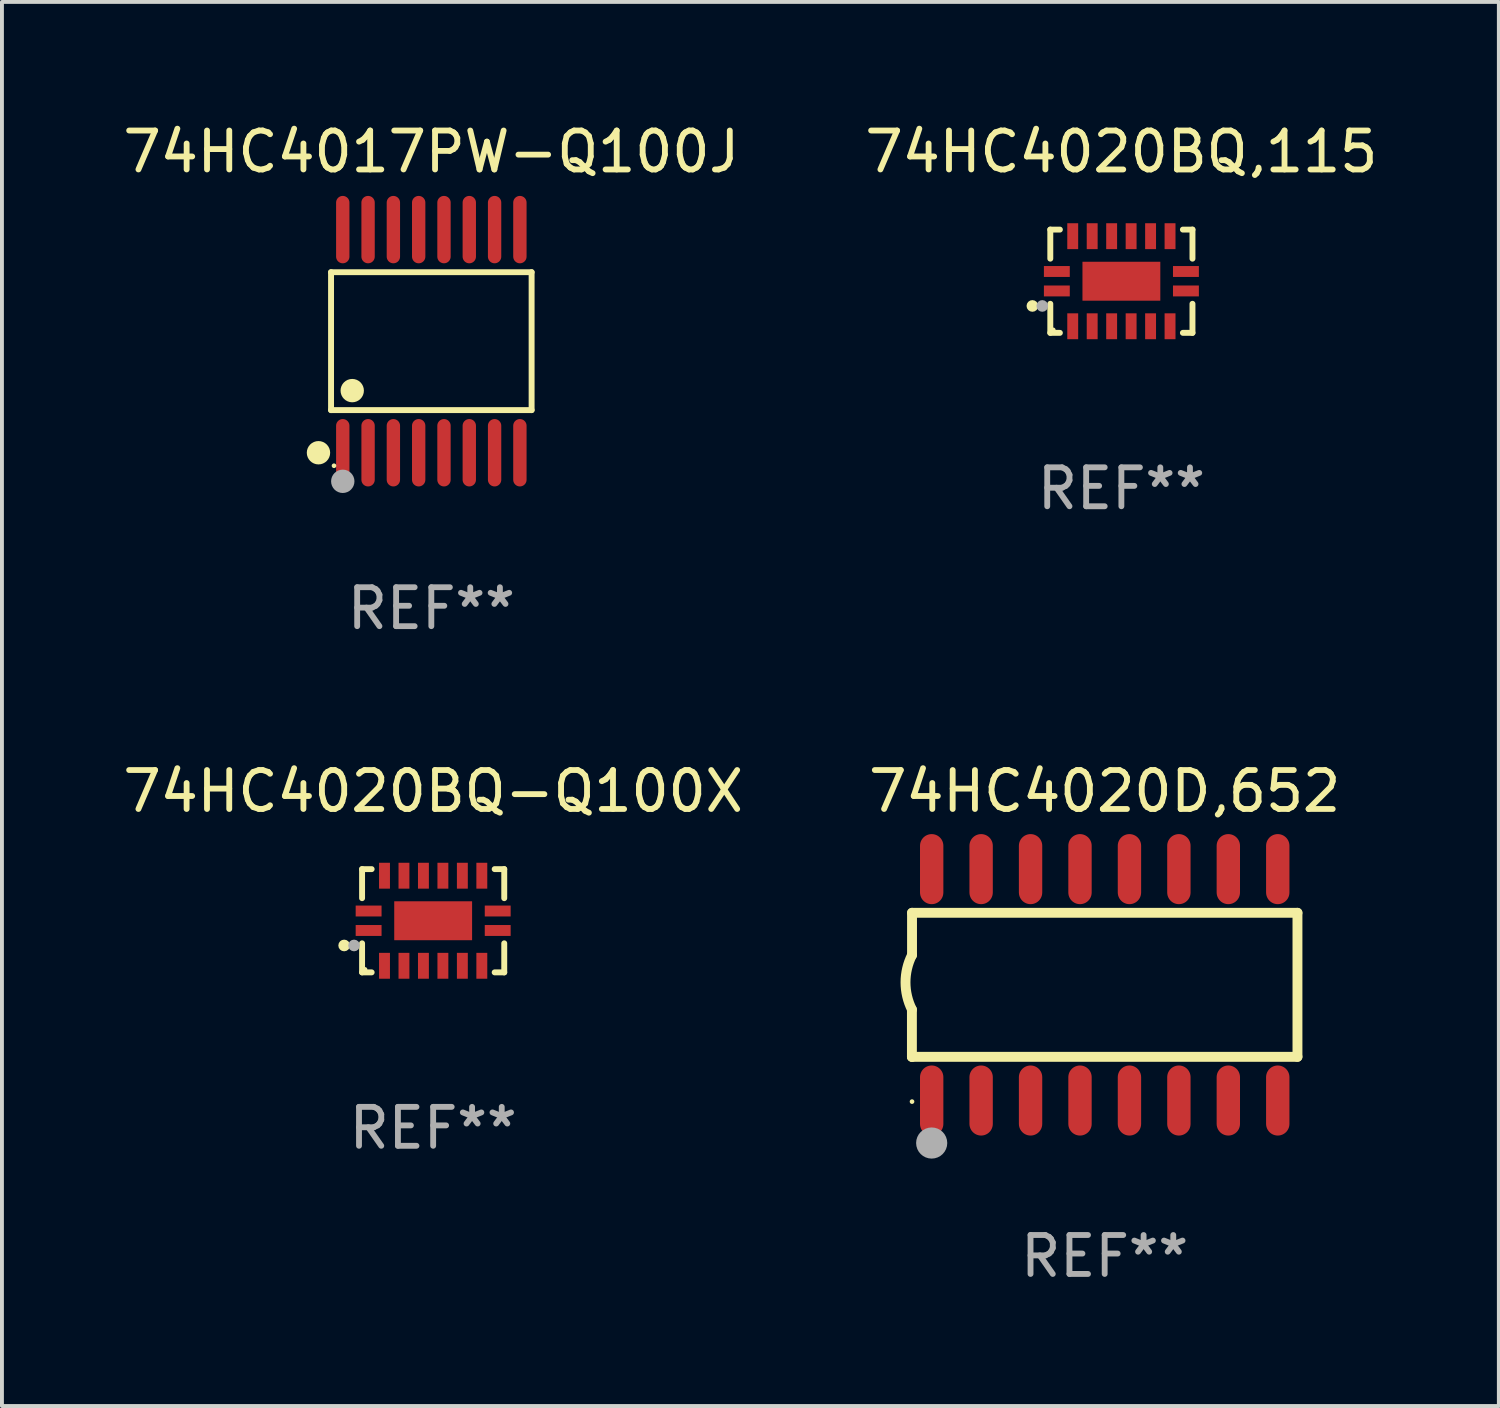
<source format=kicad_pcb>
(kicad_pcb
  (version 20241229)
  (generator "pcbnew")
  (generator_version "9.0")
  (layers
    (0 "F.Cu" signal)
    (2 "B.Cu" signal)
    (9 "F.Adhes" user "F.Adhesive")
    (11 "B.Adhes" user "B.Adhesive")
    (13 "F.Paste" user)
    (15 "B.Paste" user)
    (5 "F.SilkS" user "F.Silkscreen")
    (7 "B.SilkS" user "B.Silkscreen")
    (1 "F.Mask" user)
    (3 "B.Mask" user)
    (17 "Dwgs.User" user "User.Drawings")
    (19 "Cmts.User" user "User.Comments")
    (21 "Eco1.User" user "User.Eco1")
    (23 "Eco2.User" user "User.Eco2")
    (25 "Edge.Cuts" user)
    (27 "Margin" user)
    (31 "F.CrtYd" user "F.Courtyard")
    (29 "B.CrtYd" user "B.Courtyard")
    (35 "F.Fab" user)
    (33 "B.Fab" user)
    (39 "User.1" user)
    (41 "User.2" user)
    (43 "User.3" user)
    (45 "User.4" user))
  (footprint "74HC4020BQ,115"
    (layer "F.Cu")
    (at 25.756 4.174)
    (property "Reference" "74HC4020BQ,115" (at 0 -3.326 0) (layer "F.SilkS") (effects (font (size 1 1) (thickness 0.15))))
    (attr through_hole)
    (fp_line (start -1.826 -1.326) (end -1.58 -1.326) (stroke (width 0.152) (type solid)) (layer "F.SilkS"))
    (fp_line (start -1.826 -0.58) (end -1.826 -1.326) (stroke (width 0.152) (type solid)) (layer "F.SilkS"))
    (fp_line (start -1.826 0.58) (end -1.826 1.326) (stroke (width 0.152) (type solid)) (layer "F.SilkS"))
    (fp_line (start -1.826 1.326) (end -1.58 1.326) (stroke (width 0.152) (type solid)) (layer "F.SilkS"))
    (fp_line (start 1.826 -1.326) (end 1.58 -1.326) (stroke (width 0.152) (type solid)) (layer "F.SilkS"))
    (fp_line (start 1.826 -0.58) (end 1.826 -1.326) (stroke (width 0.152) (type solid)) (layer "F.SilkS"))
    (fp_line (start 1.826 0.58) (end 1.826 1.326) (stroke (width 0.152) (type solid)) (layer "F.SilkS"))
    (fp_line (start 1.826 1.326) (end 1.58 1.326) (stroke (width 0.152) (type solid)) (layer "F.SilkS"))
    (fp_circle (center -2.286 0.635) (end -2.211 0.635) (stroke (width 0.15) (type solid)) (fill no) (layer "F.SilkS"))
    (fp_circle (center -1.75 1.25) (end -1.72 1.25) (stroke (width 0.06) (type solid)) (fill no) (layer "F.SilkS"))
    (fp_circle (center -2.032 0.635) (end -1.957 0.635) (stroke (width 0.15) (type solid)) (fill no) (layer "F.Fab"))
    (fp_text user "REF**" (at 0 5.326 0) (layer "F.Fab") (effects (font (size 1 1) (thickness 0.15))))
    (pad "1" smd rect (at -1.658 0.25) (size 0.665 0.28) (layers "F.Cu" "F.Mask" "F.Paste"))
    (pad "2" smd rect (at -1.25 1.157) (size 0.28 0.665) (layers "F.Cu" "F.Mask" "F.Paste"))
    (pad "3" smd rect (at -0.75 1.157) (size 0.28 0.665) (layers "F.Cu" "F.Mask" "F.Paste"))
    (pad "4" smd rect (at -0.25 1.157) (size 0.28 0.665) (layers "F.Cu" "F.Mask" "F.Paste"))
    (pad "5" smd rect (at 0.25 1.157) (size 0.28 0.665) (layers "F.Cu" "F.Mask" "F.Paste"))
    (pad "6" smd rect (at 0.75 1.157) (size 0.28 0.665) (layers "F.Cu" "F.Mask" "F.Paste"))
    (pad "7" smd rect (at 1.25 1.157) (size 0.28 0.665) (layers "F.Cu" "F.Mask" "F.Paste"))
    (pad "8" smd rect (at 1.658 0.25) (size 0.665 0.28) (layers "F.Cu" "F.Mask" "F.Paste"))
    (pad "9" smd rect (at 1.658 -0.25) (size 0.665 0.28) (layers "F.Cu" "F.Mask" "F.Paste"))
    (pad "10" smd rect (at 1.25 -1.157) (size 0.28 0.665) (layers "F.Cu" "F.Mask" "F.Paste"))
    (pad "11" smd rect (at 0.75 -1.157) (size 0.28 0.665) (layers "F.Cu" "F.Mask" "F.Paste"))
    (pad "12" smd rect (at 0.25 -1.157) (size 0.28 0.665) (layers "F.Cu" "F.Mask" "F.Paste"))
    (pad "13" smd rect (at -0.25 -1.157) (size 0.28 0.665) (layers "F.Cu" "F.Mask" "F.Paste"))
    (pad "14" smd rect (at -0.75 -1.157) (size 0.28 0.665) (layers "F.Cu" "F.Mask" "F.Paste"))
    (pad "15" smd rect (at -1.25 -1.157) (size 0.28 0.665) (layers "F.Cu" "F.Mask" "F.Paste"))
    (pad "16" smd rect (at -1.658 -0.25) (size 0.665 0.28) (layers "F.Cu" "F.Mask" "F.Paste"))
    (pad "17" smd rect (at 0 0) (size 2 1) (layers "F.Cu" "F.Mask" "F.Paste")))
  (footprint "74HC4020BQ-Q100X"
    (layer "F.Cu")
    (at 8.077 20.602)
    (property "Reference" "74HC4020BQ-Q100X" (at 0 -3.326 0) (layer "F.SilkS") (effects (font (size 1 1) (thickness 0.15))))
    (attr through_hole)
    (fp_line (start -1.826 -1.326) (end -1.58 -1.326) (stroke (width 0.152) (type solid)) (layer "F.SilkS"))
    (fp_line (start -1.826 -0.58) (end -1.826 -1.326) (stroke (width 0.152) (type solid)) (layer "F.SilkS"))
    (fp_line (start -1.826 0.58) (end -1.826 1.326) (stroke (width 0.152) (type solid)) (layer "F.SilkS"))
    (fp_line (start -1.826 1.326) (end -1.58 1.326) (stroke (width 0.152) (type solid)) (layer "F.SilkS"))
    (fp_line (start 1.826 -1.326) (end 1.58 -1.326) (stroke (width 0.152) (type solid)) (layer "F.SilkS"))
    (fp_line (start 1.826 -0.58) (end 1.826 -1.326) (stroke (width 0.152) (type solid)) (layer "F.SilkS"))
    (fp_line (start 1.826 0.58) (end 1.826 1.326) (stroke (width 0.152) (type solid)) (layer "F.SilkS"))
    (fp_line (start 1.826 1.326) (end 1.58 1.326) (stroke (width 0.152) (type solid)) (layer "F.SilkS"))
    (fp_circle (center -2.286 0.635) (end -2.211 0.635) (stroke (width 0.15) (type solid)) (fill no) (layer "F.SilkS"))
    (fp_circle (center -1.75 1.25) (end -1.72 1.25) (stroke (width 0.06) (type solid)) (fill no) (layer "F.SilkS"))
    (fp_circle (center -2.032 0.635) (end -1.957 0.635) (stroke (width 0.15) (type solid)) (fill no) (layer "F.Fab"))
    (fp_text user "REF**" (at 0 5.326 0) (layer "F.Fab") (effects (font (size 1 1) (thickness 0.15))))
    (pad "1" smd rect (at -1.658 0.25) (size 0.665 0.28) (layers "F.Cu" "F.Mask" "F.Paste"))
    (pad "2" smd rect (at -1.25 1.157) (size 0.28 0.665) (layers "F.Cu" "F.Mask" "F.Paste"))
    (pad "3" smd rect (at -0.75 1.157) (size 0.28 0.665) (layers "F.Cu" "F.Mask" "F.Paste"))
    (pad "4" smd rect (at -0.25 1.157) (size 0.28 0.665) (layers "F.Cu" "F.Mask" "F.Paste"))
    (pad "5" smd rect (at 0.25 1.157) (size 0.28 0.665) (layers "F.Cu" "F.Mask" "F.Paste"))
    (pad "6" smd rect (at 0.75 1.157) (size 0.28 0.665) (layers "F.Cu" "F.Mask" "F.Paste"))
    (pad "7" smd rect (at 1.25 1.157) (size 0.28 0.665) (layers "F.Cu" "F.Mask" "F.Paste"))
    (pad "8" smd rect (at 1.658 0.25) (size 0.665 0.28) (layers "F.Cu" "F.Mask" "F.Paste"))
    (pad "9" smd rect (at 1.658 -0.25) (size 0.665 0.28) (layers "F.Cu" "F.Mask" "F.Paste"))
    (pad "10" smd rect (at 1.25 -1.157) (size 0.28 0.665) (layers "F.Cu" "F.Mask" "F.Paste"))
    (pad "11" smd rect (at 0.75 -1.157) (size 0.28 0.665) (layers "F.Cu" "F.Mask" "F.Paste"))
    (pad "12" smd rect (at 0.25 -1.157) (size 0.28 0.665) (layers "F.Cu" "F.Mask" "F.Paste"))
    (pad "13" smd rect (at -0.25 -1.157) (size 0.28 0.665) (layers "F.Cu" "F.Mask" "F.Paste"))
    (pad "14" smd rect (at -0.75 -1.157) (size 0.28 0.665) (layers "F.Cu" "F.Mask" "F.Paste"))
    (pad "15" smd rect (at -1.25 -1.157) (size 0.28 0.665) (layers "F.Cu" "F.Mask" "F.Paste"))
    (pad "16" smd rect (at -1.658 -0.25) (size 0.665 0.28) (layers "F.Cu" "F.Mask" "F.Paste"))
    (pad "17" smd rect (at 0 0) (size 2 1) (layers "F.Cu" "F.Mask" "F.Paste")))
  (footprint "74HC4020D,652"
    (layer "F.Cu")
    (at 25.327 22.248)
    (property "Reference" "74HC4020D,652" (at 0 -4.972 0) (layer "F.SilkS") (effects (font (size 1 1) (thickness 0.15))))
    (attr through_hole)
    (fp_line (start -4.952 0.635) (end -4.952 1.85) (stroke (width 0.254) (type solid)) (layer "F.SilkS"))
    (fp_line (start -4.952 1.85) (end -4.949 1.85) (stroke (width 0.254) (type solid)) (layer "F.SilkS"))
    (fp_line (start -4.949 -1.85) (end -4.949 -0.762) (stroke (width 0.254) (type solid)) (layer "F.SilkS"))
    (fp_line (start -4.949 1.85) (end 4.952 1.85) (stroke (width 0.254) (type solid)) (layer "F.SilkS"))
    (fp_line (start 4.952 -1.85) (end -4.949 -1.85) (stroke (width 0.254) (type solid)) (layer "F.SilkS"))
    (fp_line (start 4.952 1.85) (end 4.952 -1.85) (stroke (width 0.254) (type solid)) (layer "F.SilkS"))
    (fp_arc (start -4.951524 0.635001) (mid -5.116418 -0.0635) (end -4.951524 -0.762002) (stroke (width 0.254001) (type solid)) (layer "F.SilkS"))
    (fp_circle (center -4.949 3) (end -4.919 3) (stroke (width 0.06) (type solid)) (fill no) (layer "F.SilkS"))
    (fp_circle (center -4.444 4.064) (end -4.244 4.064) (stroke (width 0.4) (type solid)) (fill no) (layer "F.Fab"))
    (fp_text user "REF**" (at 0 6.972 0) (layer "F.Fab") (effects (font (size 1 1) (thickness 0.15))))
    (pad "1" smd oval (at -4.444 2.972 180) (size 0.6 1.8) (layers "F.Cu" "F.Mask" "F.Paste"))
    (pad "2" smd oval (at -3.174 2.972 180) (size 0.6 1.8) (layers "F.Cu" "F.Mask" "F.Paste"))
    (pad "3" smd oval (at -1.904 2.972 180) (size 0.6 1.8) (layers "F.Cu" "F.Mask" "F.Paste"))
    (pad "4" smd oval (at -0.634 2.972 180) (size 0.6 1.8) (layers "F.Cu" "F.Mask" "F.Paste"))
    (pad "5" smd oval (at 0.636 2.972 180) (size 0.6 1.8) (layers "F.Cu" "F.Mask" "F.Paste"))
    (pad "6" smd oval (at 1.906 2.972 180) (size 0.6 1.8) (layers "F.Cu" "F.Mask" "F.Paste"))
    (pad "7" smd oval (at 3.176 2.972 180) (size 0.6 1.8) (layers "F.Cu" "F.Mask" "F.Paste"))
    (pad "8" smd oval (at 4.446 2.972 180) (size 0.6 1.8) (layers "F.Cu" "F.Mask" "F.Paste"))
    (pad "9" smd oval (at 4.446 -2.972 180) (size 0.6 1.8) (layers "F.Cu" "F.Mask" "F.Paste"))
    (pad "10" smd oval (at 3.176 -2.972 180) (size 0.6 1.8) (layers "F.Cu" "F.Mask" "F.Paste"))
    (pad "11" smd oval (at 1.906 -2.972 180) (size 0.6 1.8) (layers "F.Cu" "F.Mask" "F.Paste"))
    (pad "12" smd oval (at 0.636 -2.972 180) (size 0.6 1.8) (layers "F.Cu" "F.Mask" "F.Paste"))
    (pad "13" smd oval (at -0.634 -2.972 180) (size 0.6 1.8) (layers "F.Cu" "F.Mask" "F.Paste"))
    (pad "14" smd oval (at -1.904 -2.972 180) (size 0.6 1.8) (layers "F.Cu" "F.Mask" "F.Paste"))
    (pad "15" smd oval (at -3.174 -2.972 180) (size 0.6 1.8) (layers "F.Cu" "F.Mask" "F.Paste"))
    (pad "16" smd oval (at -4.444 -2.972 180) (size 0.6 1.8) (layers "F.Cu" "F.Mask" "F.Paste")))
  (footprint "74HC4017PW-Q100J"
    (layer "F.Cu")
    (at 8.03 5.714)
    (property "Reference" "74HC4017PW-Q100J" (at 0 -4.866 0) (layer "F.SilkS") (effects (font (size 1 1) (thickness 0.15))))
    (attr through_hole)
    (fp_line (start -2.576 -1.772) (end 2.576 -1.772) (stroke (width 0.152) (type solid)) (layer "F.SilkS"))
    (fp_line (start -2.576 1.771) (end -2.576 -1.772) (stroke (width 0.152) (type solid)) (layer "F.SilkS"))
    (fp_line (start 2.576 -1.772) (end 2.576 1.771) (stroke (width 0.152) (type solid)) (layer "F.SilkS"))
    (fp_line (start 2.576 1.771) (end -2.576 1.771) (stroke (width 0.152) (type solid)) (layer "F.SilkS"))
    (fp_circle (center -2.899 2.866) (end -2.749 2.866) (stroke (width 0.3) (type solid)) (fill no) (layer "F.SilkS"))
    (fp_circle (center -2.5 3.2) (end -2.47 3.2) (stroke (width 0.06) (type solid)) (fill no) (layer "F.SilkS"))
    (fp_circle (center -2.032 1.27) (end -1.882 1.27) (stroke (width 0.3) (type solid)) (fill no) (layer "F.SilkS"))
    (fp_circle (center -2.275 3.6) (end -2.125 3.6) (stroke (width 0.3) (type solid)) (fill no) (layer "F.Fab"))
    (fp_text user "REF**" (at 0 6.866 0) (layer "F.Fab") (effects (font (size 1 1) (thickness 0.15))))
    (pad "1" smd oval (at -2.275 2.866) (size 0.343 1.731) (layers "F.Cu" "F.Mask" "F.Paste"))
    (pad "2" smd oval (at -1.625 2.866) (size 0.343 1.731) (layers "F.Cu" "F.Mask" "F.Paste"))
    (pad "3" smd oval (at -0.975 2.866) (size 0.343 1.731) (layers "F.Cu" "F.Mask" "F.Paste"))
    (pad "4" smd oval (at -0.325 2.866) (size 0.343 1.731) (layers "F.Cu" "F.Mask" "F.Paste"))
    (pad "5" smd oval (at 0.325 2.866) (size 0.343 1.731) (layers "F.Cu" "F.Mask" "F.Paste"))
    (pad "6" smd oval (at 0.975 2.866) (size 0.343 1.731) (layers "F.Cu" "F.Mask" "F.Paste"))
    (pad "7" smd oval (at 1.625 2.866) (size 0.343 1.731) (layers "F.Cu" "F.Mask" "F.Paste"))
    (pad "8" smd oval (at 2.275 2.866) (size 0.343 1.731) (layers "F.Cu" "F.Mask" "F.Paste"))
    (pad "9" smd oval (at 2.275 -2.866) (size 0.343 1.731) (layers "F.Cu" "F.Mask" "F.Paste"))
    (pad "10" smd oval (at 1.625 -2.866) (size 0.343 1.731) (layers "F.Cu" "F.Mask" "F.Paste"))
    (pad "11" smd oval (at 0.975 -2.866) (size 0.343 1.731) (layers "F.Cu" "F.Mask" "F.Paste"))
    (pad "12" smd oval (at 0.325 -2.866) (size 0.343 1.731) (layers "F.Cu" "F.Mask" "F.Paste"))
    (pad "13" smd oval (at -0.325 -2.866) (size 0.343 1.731) (layers "F.Cu" "F.Mask" "F.Paste"))
    (pad "14" smd oval (at -0.975 -2.866) (size 0.343 1.731) (layers "F.Cu" "F.Mask" "F.Paste"))
    (pad "15" smd oval (at -1.625 -2.866) (size 0.343 1.731) (layers "F.Cu" "F.Mask" "F.Paste"))
    (pad "16" smd oval (at -2.275 -2.866) (size 0.343 1.731) (layers "F.Cu" "F.Mask" "F.Paste")))
  (gr_rect
    (start -3 -3)
    (end 35.452 33.068)
    (stroke (width 0.1) (type default))
    (fill no)
    (layer "Edge.Cuts")))
</source>
